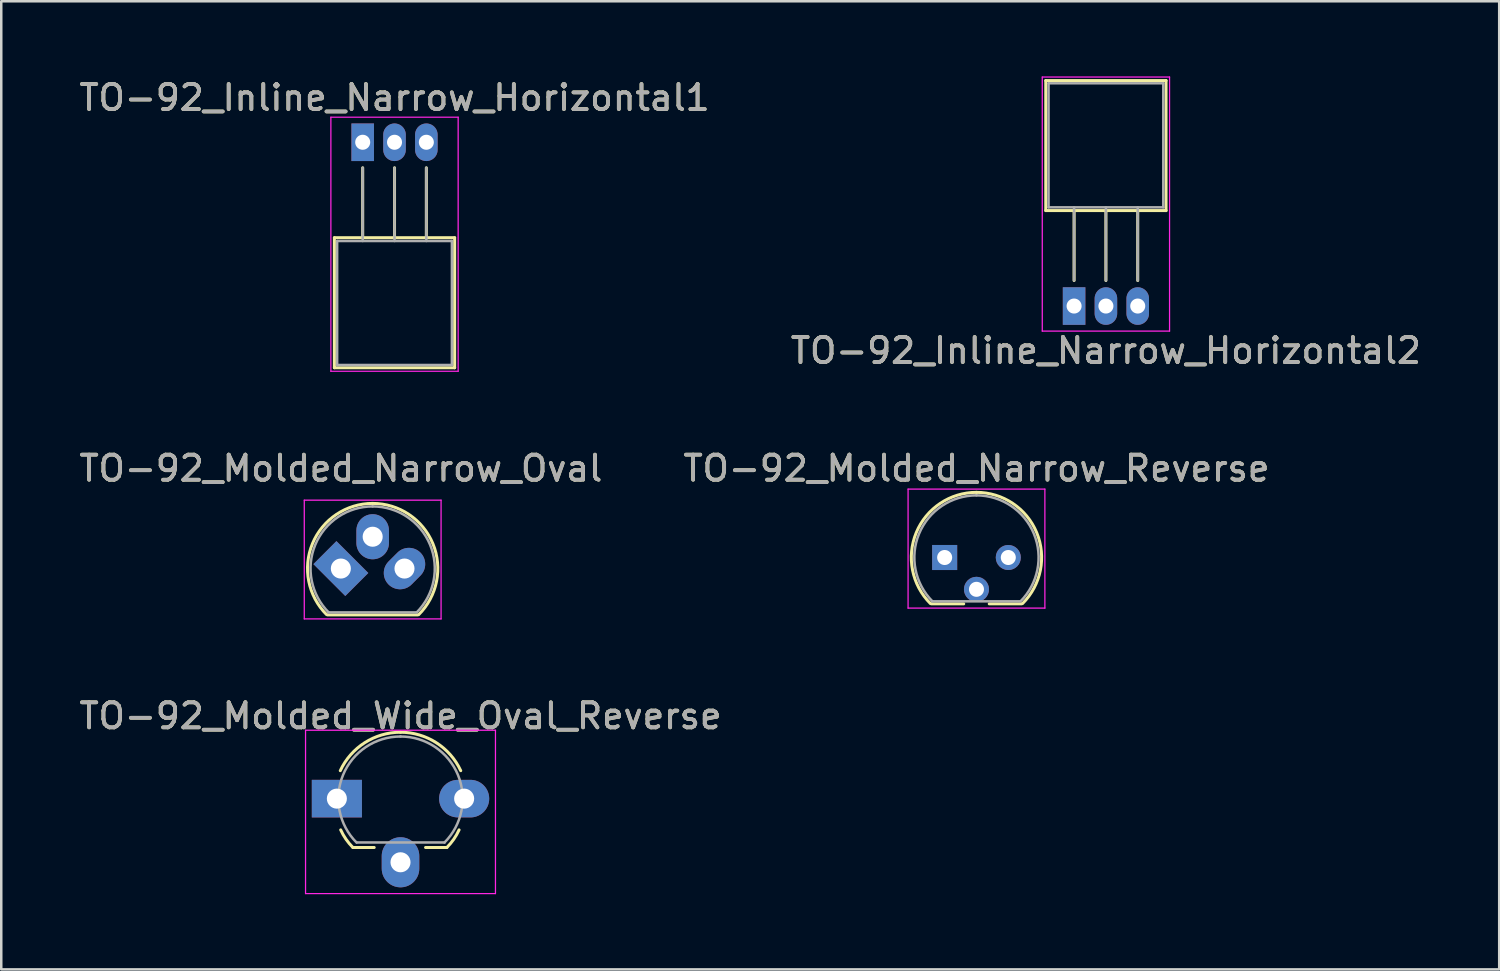
<source format=kicad_pcb>
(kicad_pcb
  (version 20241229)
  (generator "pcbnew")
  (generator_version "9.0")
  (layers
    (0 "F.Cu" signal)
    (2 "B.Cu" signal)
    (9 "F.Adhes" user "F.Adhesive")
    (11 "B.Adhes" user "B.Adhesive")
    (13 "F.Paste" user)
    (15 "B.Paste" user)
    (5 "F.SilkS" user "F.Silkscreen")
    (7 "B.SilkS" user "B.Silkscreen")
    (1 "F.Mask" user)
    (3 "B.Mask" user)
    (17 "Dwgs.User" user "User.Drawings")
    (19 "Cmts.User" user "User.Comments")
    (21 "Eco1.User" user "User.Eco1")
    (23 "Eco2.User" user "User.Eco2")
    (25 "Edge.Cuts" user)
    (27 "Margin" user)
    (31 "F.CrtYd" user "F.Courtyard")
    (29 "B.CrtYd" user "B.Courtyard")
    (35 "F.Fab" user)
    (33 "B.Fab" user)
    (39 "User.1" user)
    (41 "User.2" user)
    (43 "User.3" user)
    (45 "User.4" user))
  (footprint "TO-92_Molded_Narrow_Reverse"
    (layer "F.Cu")
    (at 34.653 19.201)
    (property "Reference" "TO-92_Molded_Narrow_Reverse" (at 1.27 -3.56 180) (layer "F.SilkS") (effects (font (size 1 1) (thickness 0.15))))
    (attr through_hole)
    (fp_line (start -0.53 1.85) (end 0.76 1.85) (stroke (width 0.12) (type solid)) (layer "F.SilkS"))
    (fp_line (start 1.78 1.85) (end 3.07 1.85) (stroke (width 0.12) (type solid)) (layer "F.SilkS"))
    (fp_arc (start -0.568478 1.838478) (mid -1.132087 -0.994977) (end 1.27 -2.6) (stroke (width 0.12) (type solid)) (layer "F.SilkS"))
    (fp_arc (start 1.27 -2.6) (mid 3.672087 -0.994977) (end 3.108478 1.838478) (stroke (width 0.12) (type solid)) (layer "F.SilkS"))
    (fp_line (start -1.46 -2.73) (end -1.46 2.02) (stroke (width 0.05) (type solid)) (layer "F.CrtYd"))
    (fp_line (start -1.46 -2.73) (end 4 -2.73) (stroke (width 0.05) (type solid)) (layer "F.CrtYd"))
    (fp_line (start 4 2.02) (end -1.46 2.02) (stroke (width 0.05) (type solid)) (layer "F.CrtYd"))
    (fp_line (start 4 2.02) (end 4 -2.73) (stroke (width 0.05) (type solid)) (layer "F.CrtYd"))
    (fp_line (start -0.5 1.75) (end 3 1.75) (stroke (width 0.1) (type solid)) (layer "F.Fab"))
    (fp_arc (start -0.483625 1.753625) (mid -1.021221 -0.949055) (end 1.27 -2.48) (stroke (width 0.1) (type solid)) (layer "F.Fab"))
    (fp_arc (start 1.27 -2.48) (mid 3.561221 -0.949055) (end 3.023625 1.753625) (stroke (width 0.1) (type solid)) (layer "F.Fab"))
    (fp_text user "${REFERENCE}" (at 1.27 -3.56 180) (layer "F.Fab") (effects (font (size 1 1) (thickness 0.15))))
    (pad "1" thru_hole rect (at 0 0 90) (size 1 1) (drill 0.6) (layers "*.Cu" "*.Mask"))
    (pad "2" thru_hole circle (at 1.27 1.27 90) (size 1 1) (drill 0.6) (layers "*.Cu" "*.Mask"))
    (pad "3" thru_hole circle (at 2.54 0 90) (size 1 1) (drill 0.6) (layers "*.Cu" "*.Mask")))
  (footprint "TO-92_Molded_Wide_Oval_Reverse"
    (layer "F.Cu")
    (at 10.395 28.825)
    (property "Reference" "TO-92_Molded_Wide_Oval_Reverse" (at 2.54 -3.3 0) (layer "F.SilkS") (effects (font (size 1 1) (thickness 0.15))))
    (attr through_hole)
    (fp_line (start 0.64 1.95) (end 1.49 1.95) (stroke (width 0.12) (type solid)) (layer "F.SilkS"))
    (fp_line (start 3.54 1.95) (end 4.39 1.95) (stroke (width 0.12) (type solid)) (layer "F.SilkS"))
    (fp_arc (start 0.136333 -1.115745) (mid 1.114206 -2.233744) (end 2.54 -2.65) (stroke (width 0.12) (type solid)) (layer "F.SilkS"))
    (fp_arc (start 0.64 1.95) (mid 0.364627 1.620365) (end 0.152305 1.24699) (stroke (width 0.12) (type solid)) (layer "F.SilkS"))
    (fp_arc (start 2.54 -2.65) (mid 3.965794 -2.233744) (end 4.943667 -1.115745) (stroke (width 0.12) (type solid)) (layer "F.SilkS"))
    (fp_arc (start 4.877695 1.24699) (mid 4.665373 1.620365) (end 4.39 1.95) (stroke (width 0.12) (type solid)) (layer "F.SilkS"))
    (fp_line (start -1.25 -2.73) (end -1.25 3.79) (stroke (width 0.05) (type solid)) (layer "F.CrtYd"))
    (fp_line (start -1.25 -2.73) (end 6.33 -2.73) (stroke (width 0.05) (type solid)) (layer "F.CrtYd"))
    (fp_line (start 6.33 3.79) (end -1.25 3.79) (stroke (width 0.05) (type solid)) (layer "F.CrtYd"))
    (fp_line (start 6.33 3.79) (end 6.33 -2.73) (stroke (width 0.05) (type solid)) (layer "F.CrtYd"))
    (fp_line (start 0.8 1.75) (end 4.3 1.75) (stroke (width 0.1) (type solid)) (layer "F.Fab"))
    (fp_arc (start 0.786375 1.753625) (mid 0.248779 -0.949055) (end 2.54 -2.48) (stroke (width 0.1) (type solid)) (layer "F.Fab"))
    (fp_arc (start 2.54 -2.48) (mid 4.831221 -0.949055) (end 4.293625 1.753625) (stroke (width 0.1) (type solid)) (layer "F.Fab"))
    (fp_text user "${REFERENCE}" (at 2.54 -3.3 0) (layer "F.Fab") (effects (font (size 1 1) (thickness 0.15))))
    (pad "1" thru_hole rect (at 0 0 90) (size 1.5 2) (drill 0.8) (layers "*.Cu" "*.Mask"))
    (pad "2" thru_hole oval (at 2.54 2.54 90) (size 2 1.5) (drill 0.8) (layers "*.Cu" "*.Mask"))
    (pad "3" thru_hole oval (at 5.08 0 90) (size 1.5 2) (drill 0.8) (layers "*.Cu" "*.Mask")))
  (footprint "TO-92_Inline_Narrow_Horizontal1"
    (layer "F.Cu")
    (at 11.426 2.628)
    (property "Reference" "TO-92_Inline_Narrow_Horizontal1" (at 1.27 -1.78 180) (layer "F.SilkS") (effects (font (size 1 1) (thickness 0.15))))
    (attr through_hole)
    (fp_line (start -1.13 3.81) (end 3.67 3.81) (stroke (width 0.12) (type solid)) (layer "F.SilkS"))
    (fp_line (start -1.13 9) (end -1.13 3.81) (stroke (width 0.12) (type solid)) (layer "F.SilkS"))
    (fp_line (start 0 1.02) (end 0 3.81) (stroke (width 0.12) (type solid)) (layer "F.SilkS"))
    (fp_line (start 1.27 1.02) (end 1.27 3.81) (stroke (width 0.12) (type solid)) (layer "F.SilkS"))
    (fp_line (start 2.54 1.02) (end 2.54 3.81) (stroke (width 0.12) (type solid)) (layer "F.SilkS"))
    (fp_line (start 3.67 3.81) (end 3.67 9) (stroke (width 0.12) (type solid)) (layer "F.SilkS"))
    (fp_line (start 3.67 9) (end -1.13 9) (stroke (width 0.12) (type solid)) (layer "F.SilkS"))
    (fp_line (start -1.27 -1) (end -1.27 9.14) (stroke (width 0.05) (type solid)) (layer "F.CrtYd"))
    (fp_line (start -1.27 -1) (end 3.81 -1) (stroke (width 0.05) (type solid)) (layer "F.CrtYd"))
    (fp_line (start 3.81 9.14) (end -1.27 9.14) (stroke (width 0.05) (type solid)) (layer "F.CrtYd"))
    (fp_line (start 3.81 9.14) (end 3.81 -1) (stroke (width 0.05) (type solid)) (layer "F.CrtYd"))
    (fp_line (start -1.02 3.94) (end 3.56 3.94) (stroke (width 0.1) (type solid)) (layer "F.Fab"))
    (fp_line (start -1.02 8.89) (end -1.02 3.94) (stroke (width 0.1) (type solid)) (layer "F.Fab"))
    (fp_line (start 0 3.94) (end 0 1.02) (stroke (width 0.1) (type solid)) (layer "F.Fab"))
    (fp_line (start 1.27 3.94) (end 1.27 1.02) (stroke (width 0.1) (type solid)) (layer "F.Fab"))
    (fp_line (start 2.54 3.94) (end 2.54 1.02) (stroke (width 0.1) (type solid)) (layer "F.Fab"))
    (fp_line (start 3.56 3.94) (end 3.56 8.89) (stroke (width 0.1) (type solid)) (layer "F.Fab"))
    (fp_line (start 3.56 8.89) (end -1.02 8.89) (stroke (width 0.1) (type solid)) (layer "F.Fab"))
    (fp_text user "${REFERENCE}" (at 1.27 -1.78 180) (layer "F.Fab") (effects (font (size 1 1) (thickness 0.15))))
    (pad "1" thru_hole rect (at 0 0 180) (size 0.9 1.5) (drill 0.6) (layers "*.Cu" "*.Mask"))
    (pad "2" thru_hole oval (at 1.27 0 180) (size 0.9 1.5) (drill 0.6) (layers "*.Cu" "*.Mask"))
    (pad "3" thru_hole oval (at 2.54 0 180) (size 0.9 1.5) (drill 0.6) (layers "*.Cu" "*.Mask")))
  (footprint "TO-92_Molded_Narrow_Oval"
    (layer "F.Cu")
    (at 10.554 19.642)
    (property "Reference" "TO-92_Molded_Narrow_Oval" (at 0 -4 0) (layer "F.SilkS") (effects (font (size 1 1) (thickness 0.15))))
    (attr through_hole)
    (fp_line (start -0.53 1.85) (end 3.07 1.85) (stroke (width 0.12) (type solid)) (layer "F.SilkS"))
    (fp_arc (start -0.568478 1.838478) (mid -1.132087 -0.994977) (end 1.27 -2.6) (stroke (width 0.12) (type solid)) (layer "F.SilkS"))
    (fp_arc (start 1.27 -2.6) (mid 3.672087 -0.994977) (end 3.108478 1.838478) (stroke (width 0.12) (type solid)) (layer "F.SilkS"))
    (fp_line (start -1.46 -2.73) (end -1.46 2.01) (stroke (width 0.05) (type solid)) (layer "F.CrtYd"))
    (fp_line (start -1.46 -2.73) (end 4 -2.73) (stroke (width 0.05) (type solid)) (layer "F.CrtYd"))
    (fp_line (start 4 2.01) (end -1.46 2.01) (stroke (width 0.05) (type solid)) (layer "F.CrtYd"))
    (fp_line (start 4 2.01) (end 4 -2.73) (stroke (width 0.05) (type solid)) (layer "F.CrtYd"))
    (fp_line (start -0.5 1.75) (end 3 1.75) (stroke (width 0.1) (type solid)) (layer "F.Fab"))
    (fp_arc (start -0.483625 1.753625) (mid -1.021221 -0.949055) (end 1.27 -2.48) (stroke (width 0.1) (type solid)) (layer "F.Fab"))
    (fp_arc (start 1.27 -2.48) (mid 3.561221 -0.949055) (end 3.023625 1.753625) (stroke (width 0.1) (type solid)) (layer "F.Fab"))
    (fp_text user "${REFERENCE}" (at 0 -4 0) (layer "F.Fab") (effects (font (size 1 1) (thickness 0.15))))
    (pad "1" thru_hole rect (at 0 0 45) (size 1.3 1.8) (drill 0.8) (layers "*.Cu" "*.Mask"))
    (pad "2" thru_hole oval (at 1.27 -1.27 90) (size 1.8 1.3) (drill 0.8) (layers "*.Cu" "*.Mask"))
    (pad "3" thru_hole oval (at 2.54 0 45) (size 1.8 1.3) (drill 0.8) (layers "*.Cu" "*.Mask")))
  (footprint "TO-92_Inline_Narrow_Horizontal2"
    (layer "F.Cu")
    (at 39.819 9.165)
    (property "Reference" "TO-92_Inline_Narrow_Horizontal2" (at 1.27 1.78 0) (layer "F.SilkS") (effects (font (size 1 1) (thickness 0.15))))
    (attr through_hole)
    (fp_line (start -1.13 -9) (end -1.13 -3.81) (stroke (width 0.12) (type solid)) (layer "F.SilkS"))
    (fp_line (start -1.13 -3.81) (end 3.67 -3.81) (stroke (width 0.12) (type solid)) (layer "F.SilkS"))
    (fp_line (start 0 -1.02) (end 0 -3.81) (stroke (width 0.12) (type solid)) (layer "F.SilkS"))
    (fp_line (start 1.27 -1.02) (end 1.27 -3.81) (stroke (width 0.12) (type solid)) (layer "F.SilkS"))
    (fp_line (start 2.54 -1.02) (end 2.54 -3.81) (stroke (width 0.12) (type solid)) (layer "F.SilkS"))
    (fp_line (start 3.67 -9) (end -1.13 -9) (stroke (width 0.12) (type solid)) (layer "F.SilkS"))
    (fp_line (start 3.67 -3.81) (end 3.67 -9) (stroke (width 0.12) (type solid)) (layer "F.SilkS"))
    (fp_line (start -1.27 -9.14) (end -1.27 1) (stroke (width 0.05) (type solid)) (layer "F.CrtYd"))
    (fp_line (start -1.27 -9.14) (end 3.81 -9.14) (stroke (width 0.05) (type solid)) (layer "F.CrtYd"))
    (fp_line (start 3.81 1) (end -1.27 1) (stroke (width 0.05) (type solid)) (layer "F.CrtYd"))
    (fp_line (start 3.81 1) (end 3.81 -9.14) (stroke (width 0.05) (type solid)) (layer "F.CrtYd"))
    (fp_line (start -1.02 -8.89) (end -1.02 -3.94) (stroke (width 0.1) (type solid)) (layer "F.Fab"))
    (fp_line (start -1.02 -3.94) (end 3.56 -3.94) (stroke (width 0.1) (type solid)) (layer "F.Fab"))
    (fp_line (start 0 -3.94) (end 0 -1.02) (stroke (width 0.1) (type solid)) (layer "F.Fab"))
    (fp_line (start 1.27 -3.94) (end 1.27 -1.02) (stroke (width 0.1) (type solid)) (layer "F.Fab"))
    (fp_line (start 2.54 -3.94) (end 2.54 -1.02) (stroke (width 0.1) (type solid)) (layer "F.Fab"))
    (fp_line (start 3.56 -8.89) (end -1.02 -8.89) (stroke (width 0.1) (type solid)) (layer "F.Fab"))
    (fp_line (start 3.56 -3.94) (end 3.56 -8.89) (stroke (width 0.1) (type solid)) (layer "F.Fab"))
    (fp_text user "${REFERENCE}" (at 1.27 1.78 0) (layer "F.Fab") (effects (font (size 1 1) (thickness 0.15))))
    (pad "1" thru_hole rect (at 0 0) (size 0.9 1.5) (drill 0.6) (layers "*.Cu" "*.Mask"))
    (pad "2" thru_hole oval (at 1.27 0) (size 0.9 1.5) (drill 0.6) (layers "*.Cu" "*.Mask"))
    (pad "3" thru_hole oval (at 2.54 0) (size 0.9 1.5) (drill 0.6) (layers "*.Cu" "*.Mask")))
  (gr_rect
    (start -3 -3)
    (end 56.786 35.64)
    (stroke (width 0.1) (type default))
    (fill no)
    (layer "Edge.Cuts")))
</source>
